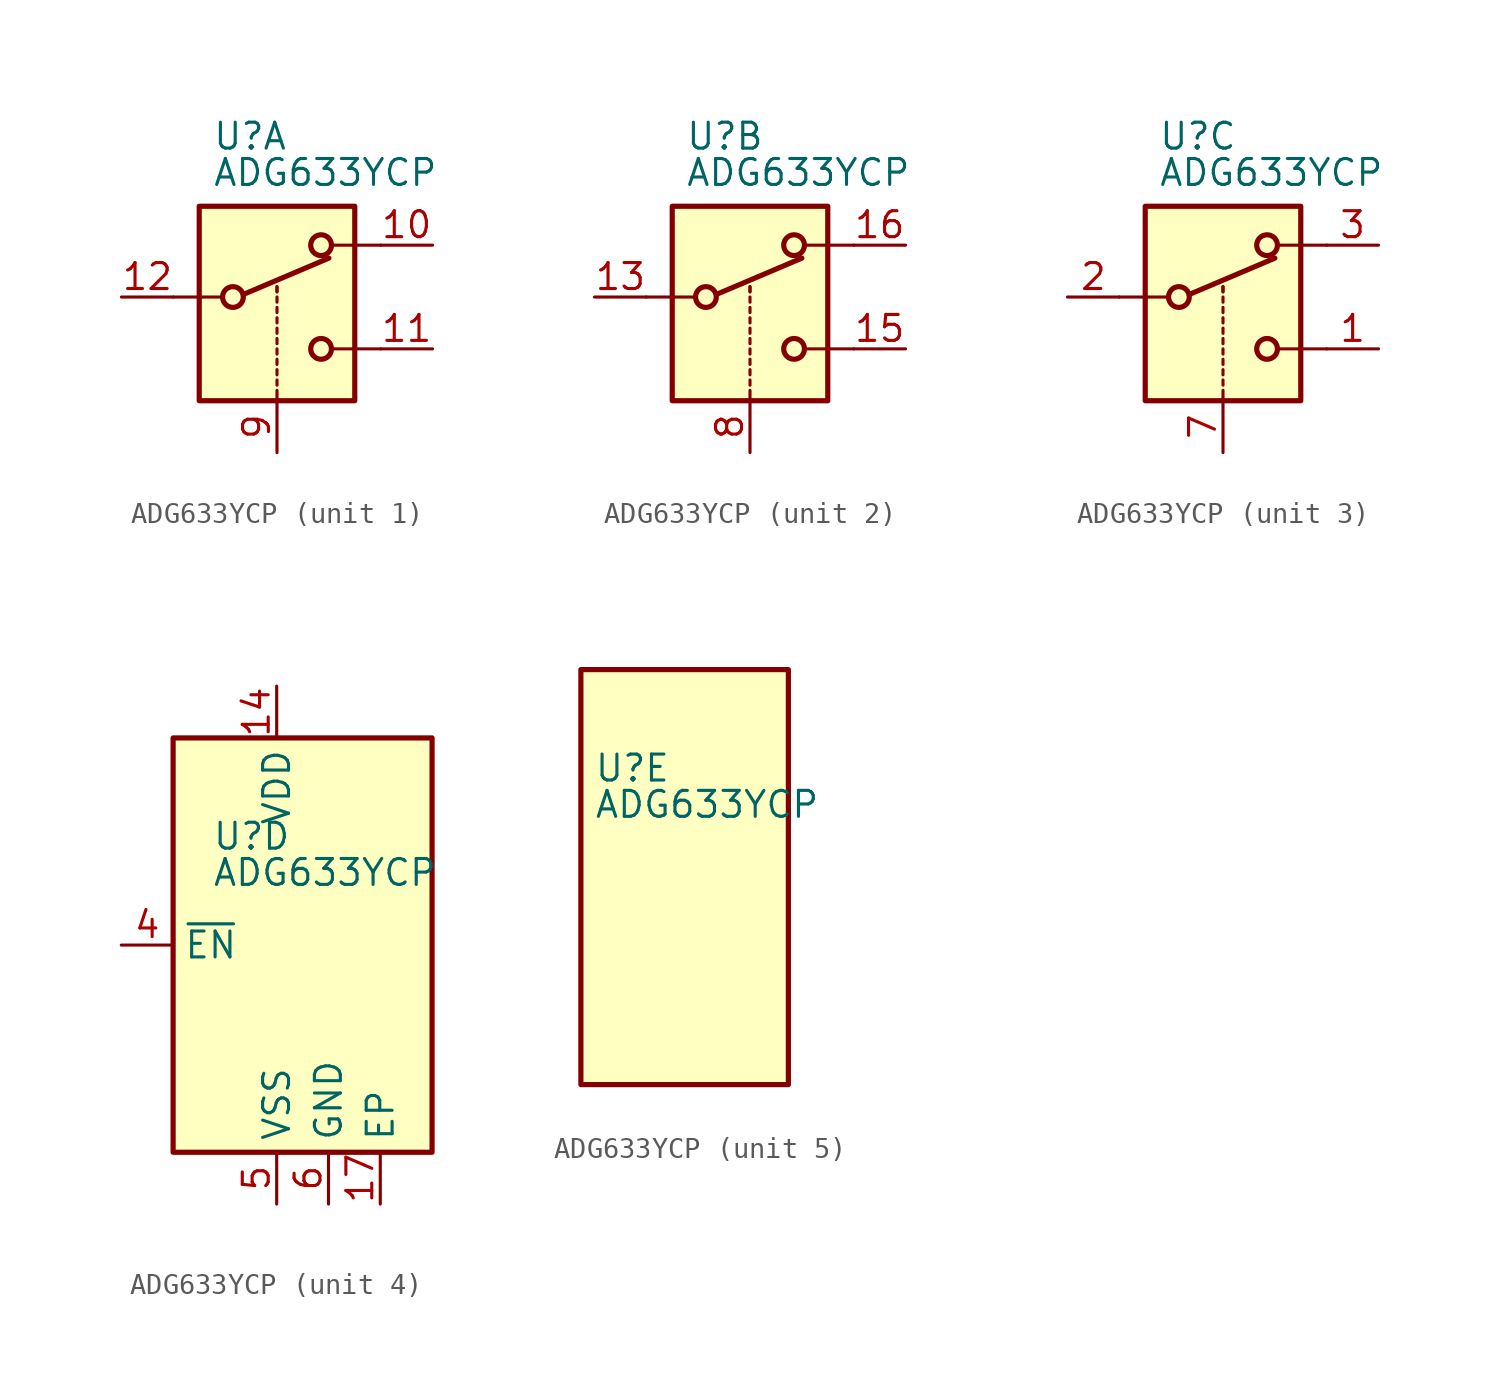
<source format=kicad_sym>
(kicad_symbol_lib
  (version 20220914)
  (generator kicad_symbol_editor)
  (symbol "ADG633YCP"
    (property "Reference" "U"
      (at -3.175 5.334 0)
      (effects (font (size 1.27 1.27)) (justify left)))
    (property "Value" "ADG633YCP"
      (at -3.175 3.556 0)
      (effects (font (size 1.27 1.27)) (justify left)))
    (symbol "ADG633YCP_1_1"
      (rectangle (start -3.81 1.905) (end 3.81 -7.62) (stroke (width 0.254) (type default)) (fill (type background)))
      (circle (center -2.159 -2.54) (radius 0.508) (stroke (width 0.254) (type default)) (fill (type none)))
      (polyline (pts (xy -5.08 -2.54) (xy -2.794 -2.54)) (stroke (width 0) (type default)) (fill (type none)))
      (polyline (pts (xy -1.651 -2.413) (xy 2.54 -0.635)) (stroke (width 0.254) (type default)) (fill (type none)))
      (polyline (pts (xy 0 -7.62) (xy 0 -7.112)) (stroke (width 0) (type default)) (fill (type none)))
      (polyline (pts (xy 0 -6.858) (xy 0 -6.604)) (stroke (width 0) (type default)) (fill (type none)))
      (polyline (pts (xy 0 -6.35) (xy 0 -6.096)) (stroke (width 0) (type default)) (fill (type none)))
      (polyline (pts (xy 0 -5.842) (xy 0 -5.588)) (stroke (width 0) (type default)) (fill (type none)))
      (polyline (pts (xy 0 -5.334) (xy 0 -5.08)) (stroke (width 0) (type default)) (fill (type none)))
      (polyline (pts (xy 0 -4.826) (xy 0 -4.572)) (stroke (width 0) (type default)) (fill (type none)))
      (polyline (pts (xy 0 -4.318) (xy 0 -4.064)) (stroke (width 0) (type default)) (fill (type none)))
      (polyline (pts (xy 0 -3.81) (xy 0 -3.556)) (stroke (width 0) (type default)) (fill (type none)))
      (polyline (pts (xy 0 -3.302) (xy 0 -3.048)) (stroke (width 0) (type default)) (fill (type none)))
      (polyline (pts (xy 0 -2.794) (xy 0 -2.54)) (stroke (width 0) (type default)) (fill (type none)))
      (polyline (pts (xy 0 -2.286) (xy 0 -2.032)) (stroke (width 0) (type default)) (fill (type none)))
      (polyline (pts (xy 0 -2.286) (xy 0 -2.032)) (stroke (width 0) (type default)) (fill (type none)))
      (polyline (pts (xy 5.08 -5.08) (xy 2.794 -5.08)) (stroke (width 0) (type default)) (fill (type none)))
      (polyline (pts (xy 5.08 0) (xy 2.794 0)) (stroke (width 0) (type default)) (fill (type none)))
      (circle (center 2.159 -5.08) (radius 0.508) (stroke (width 0.254) (type default)) (fill (type none)))
      (circle (center 2.159 0) (radius 0.508) (stroke (width 0.254) (type default)) (fill (type none)))
      (pin passive line (at 7.62 0 180) (length 2.54) (name "~" (effects (font (size 1.27 1.27)))) (number "10" (effects (font (size 1.27 1.27)))))
      (pin passive line (at 7.62 -5.08 180) (length 2.54) (name "~" (effects (font (size 1.27 1.27)))) (number "11" (effects (font (size 1.27 1.27)))))
      (pin passive line (at -7.62 -2.54 0) (length 2.54) (name "~" (effects (font (size 1.27 1.27)))) (number "12" (effects (font (size 1.27 1.27)))))
      (pin input line (at 0 -10.16 90) (length 2.54) (name "~" (effects (font (size 1.27 1.27)))) (number "9" (effects (font (size 1.27 1.27))))))
    (symbol "ADG633YCP_2_1"
      (rectangle (start -3.81 1.905) (end 3.81 -7.62) (stroke (width 0.254) (type default)) (fill (type background)))
      (circle (center -2.159 -2.54) (radius 0.508) (stroke (width 0.254) (type default)) (fill (type none)))
      (polyline (pts (xy -5.08 -2.54) (xy -2.794 -2.54)) (stroke (width 0) (type default)) (fill (type none)))
      (polyline (pts (xy -1.651 -2.413) (xy 2.54 -0.635)) (stroke (width 0.254) (type default)) (fill (type none)))
      (polyline (pts (xy 0 -7.62) (xy 0 -7.112)) (stroke (width 0) (type default)) (fill (type none)))
      (polyline (pts (xy 0 -6.858) (xy 0 -6.604)) (stroke (width 0) (type default)) (fill (type none)))
      (polyline (pts (xy 0 -6.35) (xy 0 -6.096)) (stroke (width 0) (type default)) (fill (type none)))
      (polyline (pts (xy 0 -5.842) (xy 0 -5.588)) (stroke (width 0) (type default)) (fill (type none)))
      (polyline (pts (xy 0 -5.334) (xy 0 -5.08)) (stroke (width 0) (type default)) (fill (type none)))
      (polyline (pts (xy 0 -4.826) (xy 0 -4.572)) (stroke (width 0) (type default)) (fill (type none)))
      (polyline (pts (xy 0 -4.318) (xy 0 -4.064)) (stroke (width 0) (type default)) (fill (type none)))
      (polyline (pts (xy 0 -3.81) (xy 0 -3.556)) (stroke (width 0) (type default)) (fill (type none)))
      (polyline (pts (xy 0 -3.302) (xy 0 -3.048)) (stroke (width 0) (type default)) (fill (type none)))
      (polyline (pts (xy 0 -2.794) (xy 0 -2.54)) (stroke (width 0) (type default)) (fill (type none)))
      (polyline (pts (xy 0 -2.286) (xy 0 -2.032)) (stroke (width 0) (type default)) (fill (type none)))
      (polyline (pts (xy 0 -2.286) (xy 0 -2.032)) (stroke (width 0) (type default)) (fill (type none)))
      (polyline (pts (xy 5.08 -5.08) (xy 2.794 -5.08)) (stroke (width 0) (type default)) (fill (type none)))
      (polyline (pts (xy 5.08 0) (xy 2.794 0)) (stroke (width 0) (type default)) (fill (type none)))
      (circle (center 2.159 -5.08) (radius 0.508) (stroke (width 0.254) (type default)) (fill (type none)))
      (circle (center 2.159 0) (radius 0.508) (stroke (width 0.254) (type default)) (fill (type none)))
      (pin passive line (at -7.62 -2.54 0) (length 2.54) (name "~" (effects (font (size 1.27 1.27)))) (number "13" (effects (font (size 1.27 1.27)))))
      (pin passive line (at 7.62 -5.08 180) (length 2.54) (name "~" (effects (font (size 1.27 1.27)))) (number "15" (effects (font (size 1.27 1.27)))))
      (pin passive line (at 7.62 0 180) (length 2.54) (name "~" (effects (font (size 1.27 1.27)))) (number "16" (effects (font (size 1.27 1.27)))))
      (pin input line (at 0 -10.16 90) (length 2.54) (name "~" (effects (font (size 1.27 1.27)))) (number "8" (effects (font (size 1.27 1.27))))))
    (symbol "ADG633YCP_3_1"
      (rectangle (start -3.81 1.905) (end 3.81 -7.62) (stroke (width 0.254) (type default)) (fill (type background)))
      (circle (center -2.159 -2.54) (radius 0.508) (stroke (width 0.254) (type default)) (fill (type none)))
      (polyline (pts (xy -5.08 -2.54) (xy -2.794 -2.54)) (stroke (width 0) (type default)) (fill (type none)))
      (polyline (pts (xy -1.651 -2.413) (xy 2.54 -0.635)) (stroke (width 0.254) (type default)) (fill (type none)))
      (polyline (pts (xy 0 -7.62) (xy 0 -7.112)) (stroke (width 0) (type default)) (fill (type none)))
      (polyline (pts (xy 0 -6.858) (xy 0 -6.604)) (stroke (width 0) (type default)) (fill (type none)))
      (polyline (pts (xy 0 -6.35) (xy 0 -6.096)) (stroke (width 0) (type default)) (fill (type none)))
      (polyline (pts (xy 0 -5.842) (xy 0 -5.588)) (stroke (width 0) (type default)) (fill (type none)))
      (polyline (pts (xy 0 -5.334) (xy 0 -5.08)) (stroke (width 0) (type default)) (fill (type none)))
      (polyline (pts (xy 0 -4.826) (xy 0 -4.572)) (stroke (width 0) (type default)) (fill (type none)))
      (polyline (pts (xy 0 -4.318) (xy 0 -4.064)) (stroke (width 0) (type default)) (fill (type none)))
      (polyline (pts (xy 0 -3.81) (xy 0 -3.556)) (stroke (width 0) (type default)) (fill (type none)))
      (polyline (pts (xy 0 -3.302) (xy 0 -3.048)) (stroke (width 0) (type default)) (fill (type none)))
      (polyline (pts (xy 0 -2.794) (xy 0 -2.54)) (stroke (width 0) (type default)) (fill (type none)))
      (polyline (pts (xy 0 -2.286) (xy 0 -2.032)) (stroke (width 0) (type default)) (fill (type none)))
      (polyline (pts (xy 0 -2.286) (xy 0 -2.032)) (stroke (width 0) (type default)) (fill (type none)))
      (polyline (pts (xy 5.08 -5.08) (xy 2.794 -5.08)) (stroke (width 0) (type default)) (fill (type none)))
      (polyline (pts (xy 5.08 0) (xy 2.794 0)) (stroke (width 0) (type default)) (fill (type none)))
      (circle (center 2.159 -5.08) (radius 0.508) (stroke (width 0.254) (type default)) (fill (type none)))
      (circle (center 2.159 0) (radius 0.508) (stroke (width 0.254) (type default)) (fill (type none)))
      (pin passive line (at 7.62 -5.08 180) (length 2.54) (name "~" (effects (font (size 1.27 1.27)))) (number "1" (effects (font (size 1.27 1.27)))))
      (pin passive line (at -7.62 -2.54 0) (length 2.54) (name "~" (effects (font (size 1.27 1.27)))) (number "2" (effects (font (size 1.27 1.27)))))
      (pin passive line (at 7.62 0 180) (length 2.54) (name "~" (effects (font (size 1.27 1.27)))) (number "3" (effects (font (size 1.27 1.27)))))
      (pin input line (at 0 -10.16 90) (length 2.54) (name "~" (effects (font (size 1.27 1.27)))) (number "7" (effects (font (size 1.27 1.27))))))
    (symbol "ADG633YCP_4_0"
      (pin power_in line (at 0 12.7 270) (length 2.54) (name "VDD" (effects (font (size 1.27 1.27)))) (number "14" (effects (font (size 1.27 1.27)))))
      (pin power_in line (at 5.08 -12.7 90) (length 2.54) (name "EP" (effects (font (size 1.27 1.27)))) (number "17" (effects (font (size 1.27 1.27)))))
      (pin input line (at -7.62 0 0) (length 2.54) (name "~{EN}" (effects (font (size 1.27 1.27)))) (number "4" (effects (font (size 1.27 1.27)))))
      (pin power_in line (at 0 -12.7 90) (length 2.54) (name "VSS" (effects (font (size 1.27 1.27)))) (number "5" (effects (font (size 1.27 1.27)))))
      (pin power_in line (at 2.54 -12.7 90) (length 2.54) (name "GND" (effects (font (size 1.27 1.27)))) (number "6" (effects (font (size 1.27 1.27))))))
    (symbol "ADG633YCP_4_1"
      (rectangle (start -5.08 10.16) (end 7.62 -10.16) (stroke (width 0.254) (type default)) (fill (type background))))
    (symbol "ADG633YCP_5_1"
      (rectangle (start -3.81 10.16) (end 6.35 -10.16) (stroke (width 0.254) (type default)) (fill (type background))))))
</source>
